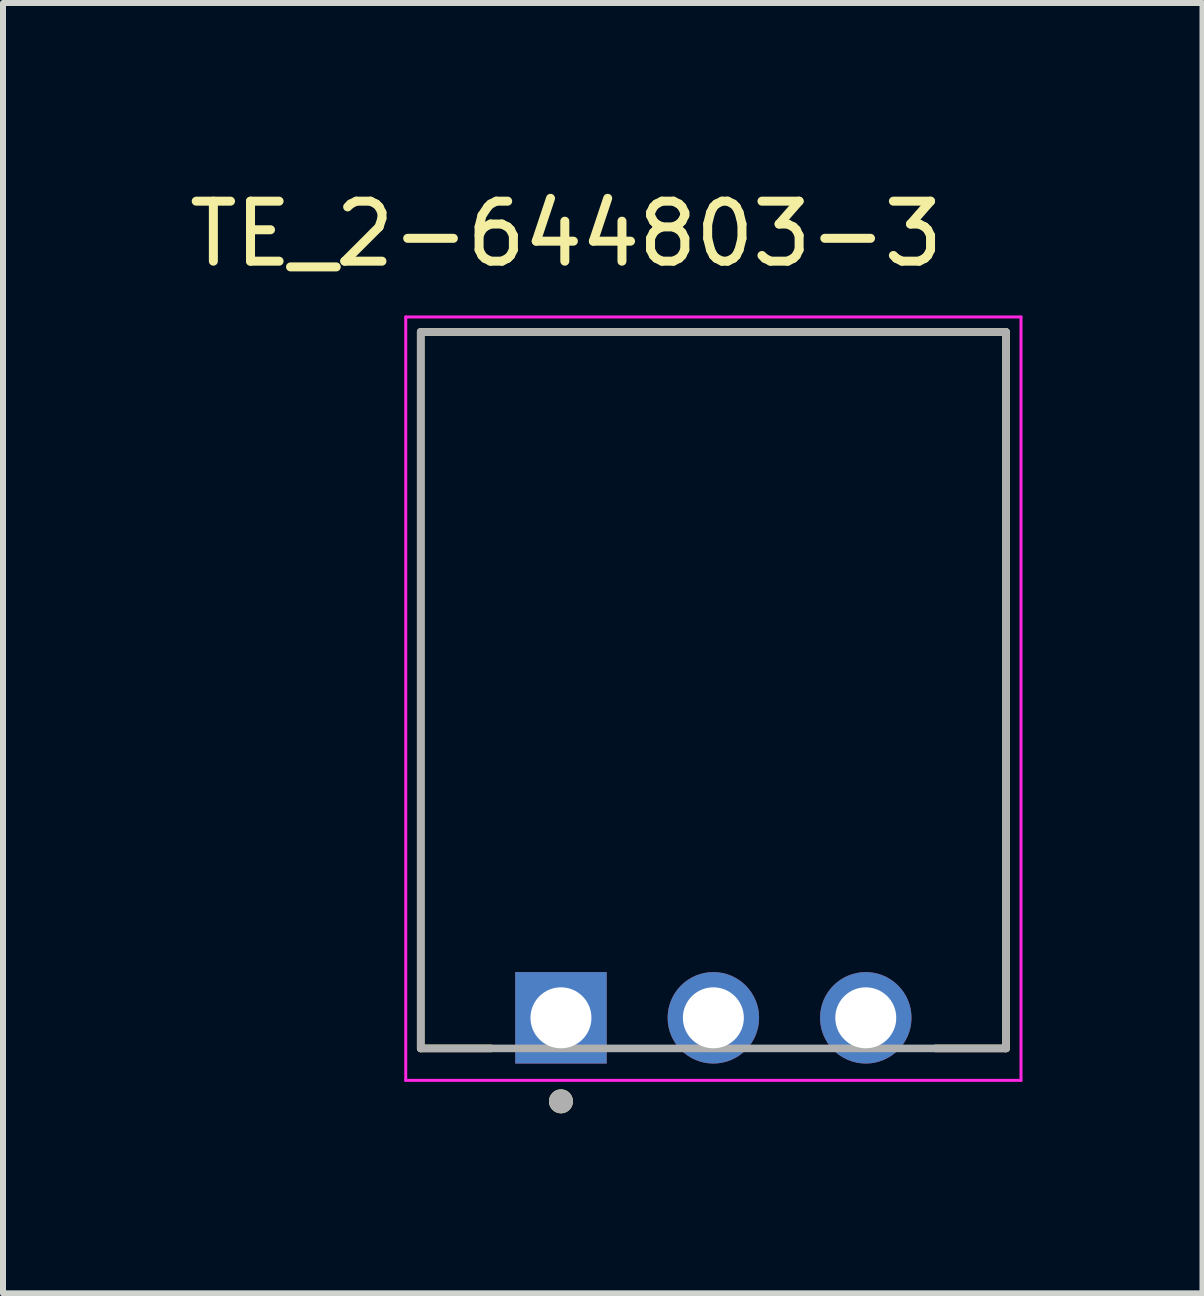
<source format=kicad_pcb>
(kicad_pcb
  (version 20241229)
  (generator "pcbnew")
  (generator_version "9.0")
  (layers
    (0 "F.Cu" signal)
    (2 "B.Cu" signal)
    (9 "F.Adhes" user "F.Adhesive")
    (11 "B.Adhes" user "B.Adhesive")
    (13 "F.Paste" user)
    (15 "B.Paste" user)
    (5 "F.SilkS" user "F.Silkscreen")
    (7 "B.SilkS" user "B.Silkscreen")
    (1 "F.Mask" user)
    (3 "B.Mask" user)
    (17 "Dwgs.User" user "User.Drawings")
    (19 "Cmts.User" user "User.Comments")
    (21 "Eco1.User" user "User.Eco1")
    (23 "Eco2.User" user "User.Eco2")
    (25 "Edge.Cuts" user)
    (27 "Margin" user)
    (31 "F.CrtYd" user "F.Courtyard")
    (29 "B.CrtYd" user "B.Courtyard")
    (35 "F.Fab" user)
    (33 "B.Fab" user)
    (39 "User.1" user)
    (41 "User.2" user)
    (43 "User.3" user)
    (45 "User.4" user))
  (footprint "TE_2-644803-3"
    (layer "F.Cu")
    (at 8.839 13.913)
    (property "Reference" "TE_2-644803-3" (at -2.452 -13.065 0) (layer "F.SilkS") (effects (font (size 1 1) (thickness 0.15))))
    (attr through_hole)
    (fp_line (start -4.877 -11.43) (end 4.877 -11.43) (stroke (width 0.127) (type solid)) (layer "F.SilkS"))
    (fp_line (start -4.877 0.51) (end -4.877 -11.43) (stroke (width 0.127) (type solid)) (layer "F.SilkS"))
    (fp_line (start -4.877 0.51) (end -3.704 0.51) (stroke (width 0.127) (type solid)) (layer "F.SilkS"))
    (fp_line (start 3.704 0.51) (end 4.877 0.51) (stroke (width 0.127) (type solid)) (layer "F.SilkS"))
    (fp_line (start 4.877 -11.43) (end 4.877 0.51) (stroke (width 0.127) (type solid)) (layer "F.SilkS"))
    (fp_circle (center -2.54 1.392) (end -2.44 1.392) (stroke (width 0.2) (type solid)) (fill no) (layer "F.SilkS"))
    (fp_line (start -5.127 -11.68) (end 5.127 -11.68) (stroke (width 0.05) (type solid)) (layer "F.CrtYd"))
    (fp_line (start -5.127 1.042) (end -5.127 -11.68) (stroke (width 0.05) (type solid)) (layer "F.CrtYd"))
    (fp_line (start 5.127 -11.68) (end 5.127 1.042) (stroke (width 0.05) (type solid)) (layer "F.CrtYd"))
    (fp_line (start 5.127 1.042) (end -5.127 1.042) (stroke (width 0.05) (type solid)) (layer "F.CrtYd"))
    (fp_line (start -4.877 -11.43) (end 4.877 -11.43) (stroke (width 0.127) (type solid)) (layer "F.Fab"))
    (fp_line (start -4.877 0.51) (end -4.877 -11.43) (stroke (width 0.127) (type solid)) (layer "F.Fab"))
    (fp_line (start 4.877 -11.43) (end 4.877 0.51) (stroke (width 0.127) (type solid)) (layer "F.Fab"))
    (fp_line (start 4.877 0.51) (end -4.877 0.51) (stroke (width 0.127) (type solid)) (layer "F.Fab"))
    (fp_circle (center -2.54 1.392) (end -2.44 1.392) (stroke (width 0.2) (type solid)) (fill no) (layer "F.Fab"))
    (pad "1" thru_hole rect (at -2.54 0) (size 1.524 1.524) (drill 1.016) (layers "*.Cu" "*.Mask"))
    (pad "2" thru_hole circle (at 0 0) (size 1.524 1.524) (drill 1.016) (layers "*.Cu" "*.Mask"))
    (pad "3" thru_hole circle (at 2.54 0) (size 1.524 1.524) (drill 1.016) (layers "*.Cu" "*.Mask")))
  (gr_rect
    (start -3 -3)
    (end 16.991 18.505)
    (stroke (width 0.1) (type default))
    (fill no)
    (layer "Edge.Cuts")))
</source>
